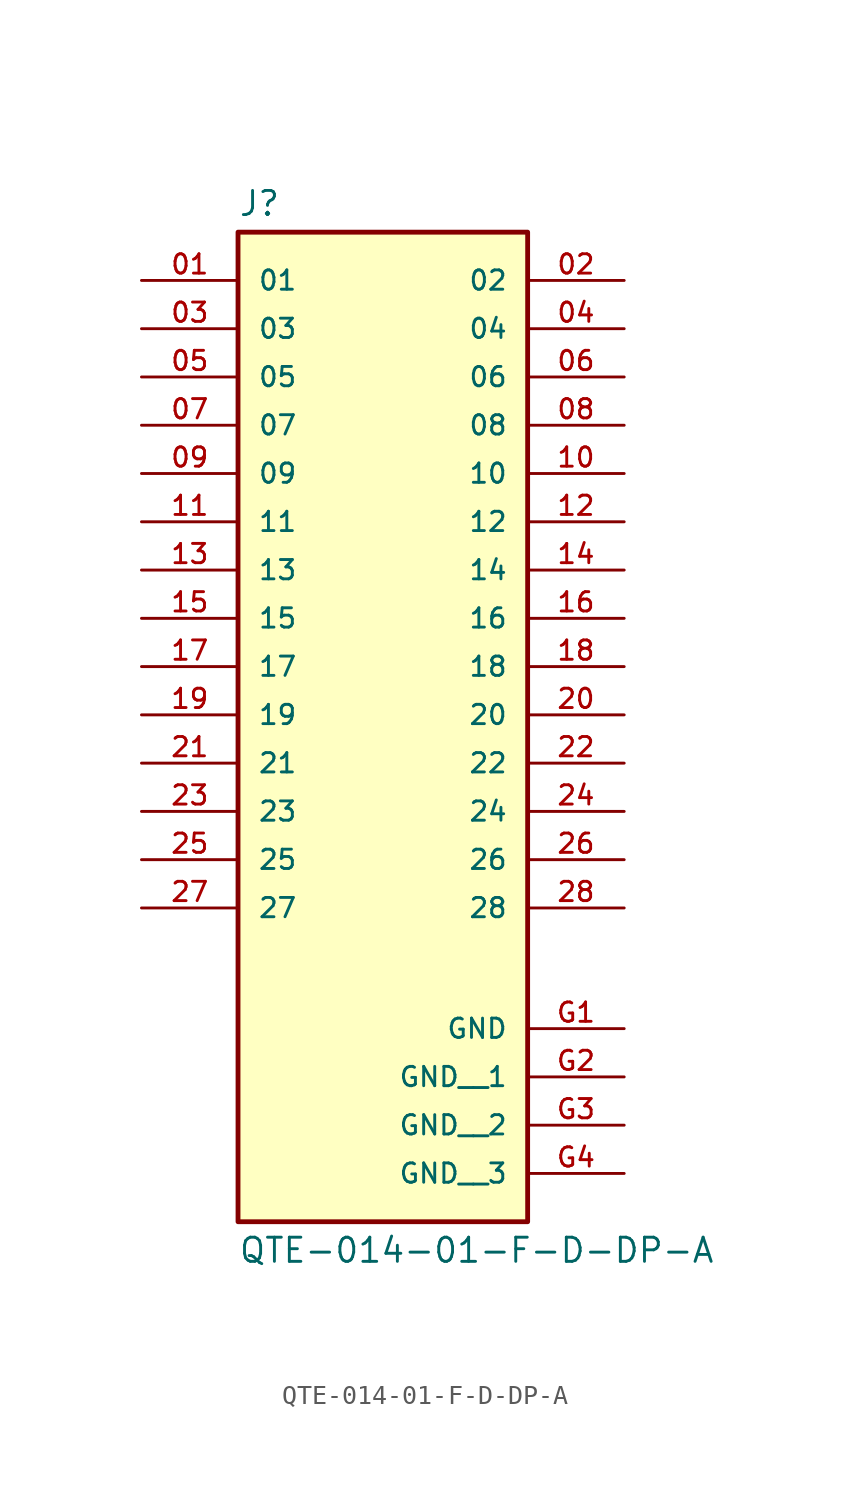
<source format=kicad_sym>
(kicad_symbol_lib
  (version 20231120)
  (generator "kicad_symbol_editor")
  (generator_version "8.0")
  (symbol "QTE-014-01-F-D-DP-A"
    (pin_names
      (offset 1.016))
    (property "Reference" "J"
      (at -7.62 28.702 0)
      (effects (font (size 1.27 1.27)) (justify left bottom)))
    (property "Value" "QTE-014-01-F-D-DP-A"
      (at -7.62 -24.892 0)
      (effects (font (size 1.27 1.27)) (justify left top)))
    (symbol "QTE-014-01-F-D-DP-A_0_0"
      (rectangle (start -7.62 27.94) (end 7.62 -24.13) (stroke (width 0.254) (type default)) (fill (type background)))
      (pin passive line (at -12.7 25.4 0) (length 5.08) (name "01" (effects (font (size 1.016 1.016)))) (number "01" (effects (font (size 1.016 1.016)))))
      (pin passive line (at 12.7 25.4 180) (length 5.08) (name "02" (effects (font (size 1.016 1.016)))) (number "02" (effects (font (size 1.016 1.016)))))
      (pin passive line (at -12.7 22.86 0) (length 5.08) (name "03" (effects (font (size 1.016 1.016)))) (number "03" (effects (font (size 1.016 1.016)))))
      (pin passive line (at 12.7 22.86 180) (length 5.08) (name "04" (effects (font (size 1.016 1.016)))) (number "04" (effects (font (size 1.016 1.016)))))
      (pin passive line (at -12.7 20.32 0) (length 5.08) (name "05" (effects (font (size 1.016 1.016)))) (number "05" (effects (font (size 1.016 1.016)))))
      (pin passive line (at 12.7 20.32 180) (length 5.08) (name "06" (effects (font (size 1.016 1.016)))) (number "06" (effects (font (size 1.016 1.016)))))
      (pin passive line (at -12.7 17.78 0) (length 5.08) (name "07" (effects (font (size 1.016 1.016)))) (number "07" (effects (font (size 1.016 1.016)))))
      (pin passive line (at 12.7 17.78 180) (length 5.08) (name "08" (effects (font (size 1.016 1.016)))) (number "08" (effects (font (size 1.016 1.016)))))
      (pin passive line (at -12.7 15.24 0) (length 5.08) (name "09" (effects (font (size 1.016 1.016)))) (number "09" (effects (font (size 1.016 1.016)))))
      (pin passive line (at 12.7 15.24 180) (length 5.08) (name "10" (effects (font (size 1.016 1.016)))) (number "10" (effects (font (size 1.016 1.016)))))
      (pin passive line (at -12.7 12.7 0) (length 5.08) (name "11" (effects (font (size 1.016 1.016)))) (number "11" (effects (font (size 1.016 1.016)))))
      (pin passive line (at 12.7 12.7 180) (length 5.08) (name "12" (effects (font (size 1.016 1.016)))) (number "12" (effects (font (size 1.016 1.016)))))
      (pin passive line (at -12.7 10.16 0) (length 5.08) (name "13" (effects (font (size 1.016 1.016)))) (number "13" (effects (font (size 1.016 1.016)))))
      (pin passive line (at 12.7 10.16 180) (length 5.08) (name "14" (effects (font (size 1.016 1.016)))) (number "14" (effects (font (size 1.016 1.016)))))
      (pin passive line (at -12.7 7.62 0) (length 5.08) (name "15" (effects (font (size 1.016 1.016)))) (number "15" (effects (font (size 1.016 1.016)))))
      (pin passive line (at 12.7 7.62 180) (length 5.08) (name "16" (effects (font (size 1.016 1.016)))) (number "16" (effects (font (size 1.016 1.016)))))
      (pin passive line (at -12.7 5.08 0) (length 5.08) (name "17" (effects (font (size 1.016 1.016)))) (number "17" (effects (font (size 1.016 1.016)))))
      (pin passive line (at 12.7 5.08 180) (length 5.08) (name "18" (effects (font (size 1.016 1.016)))) (number "18" (effects (font (size 1.016 1.016)))))
      (pin passive line (at -12.7 2.54 0) (length 5.08) (name "19" (effects (font (size 1.016 1.016)))) (number "19" (effects (font (size 1.016 1.016)))))
      (pin passive line (at 12.7 2.54 180) (length 5.08) (name "20" (effects (font (size 1.016 1.016)))) (number "20" (effects (font (size 1.016 1.016)))))
      (pin passive line (at -12.7 0 0) (length 5.08) (name "21" (effects (font (size 1.016 1.016)))) (number "21" (effects (font (size 1.016 1.016)))))
      (pin passive line (at 12.7 0 180) (length 5.08) (name "22" (effects (font (size 1.016 1.016)))) (number "22" (effects (font (size 1.016 1.016)))))
      (pin passive line (at -12.7 -2.54 0) (length 5.08) (name "23" (effects (font (size 1.016 1.016)))) (number "23" (effects (font (size 1.016 1.016)))))
      (pin passive line (at 12.7 -2.54 180) (length 5.08) (name "24" (effects (font (size 1.016 1.016)))) (number "24" (effects (font (size 1.016 1.016)))))
      (pin passive line (at -12.7 -5.08 0) (length 5.08) (name "25" (effects (font (size 1.016 1.016)))) (number "25" (effects (font (size 1.016 1.016)))))
      (pin passive line (at 12.7 -5.08 180) (length 5.08) (name "26" (effects (font (size 1.016 1.016)))) (number "26" (effects (font (size 1.016 1.016)))))
      (pin passive line (at -12.7 -7.62 0) (length 5.08) (name "27" (effects (font (size 1.016 1.016)))) (number "27" (effects (font (size 1.016 1.016)))))
      (pin passive line (at 12.7 -7.62 180) (length 5.08) (name "28" (effects (font (size 1.016 1.016)))) (number "28" (effects (font (size 1.016 1.016)))))
      (pin power_in line (at 12.7 -13.97 180) (length 5.08) (name "GND" (effects (font (size 1.016 1.016)))) (number "G1" (effects (font (size 1.016 1.016)))))
      (pin power_in line (at 12.7 -16.51 180) (length 5.08) (name "GND__1" (effects (font (size 1.016 1.016)))) (number "G2" (effects (font (size 1.016 1.016)))))
      (pin power_in line (at 12.7 -19.05 180) (length 5.08) (name "GND__2" (effects (font (size 1.016 1.016)))) (number "G3" (effects (font (size 1.016 1.016)))))
      (pin power_in line (at 12.7 -21.59 180) (length 5.08) (name "GND__3" (effects (font (size 1.016 1.016)))) (number "G4" (effects (font (size 1.016 1.016))))))))
</source>
